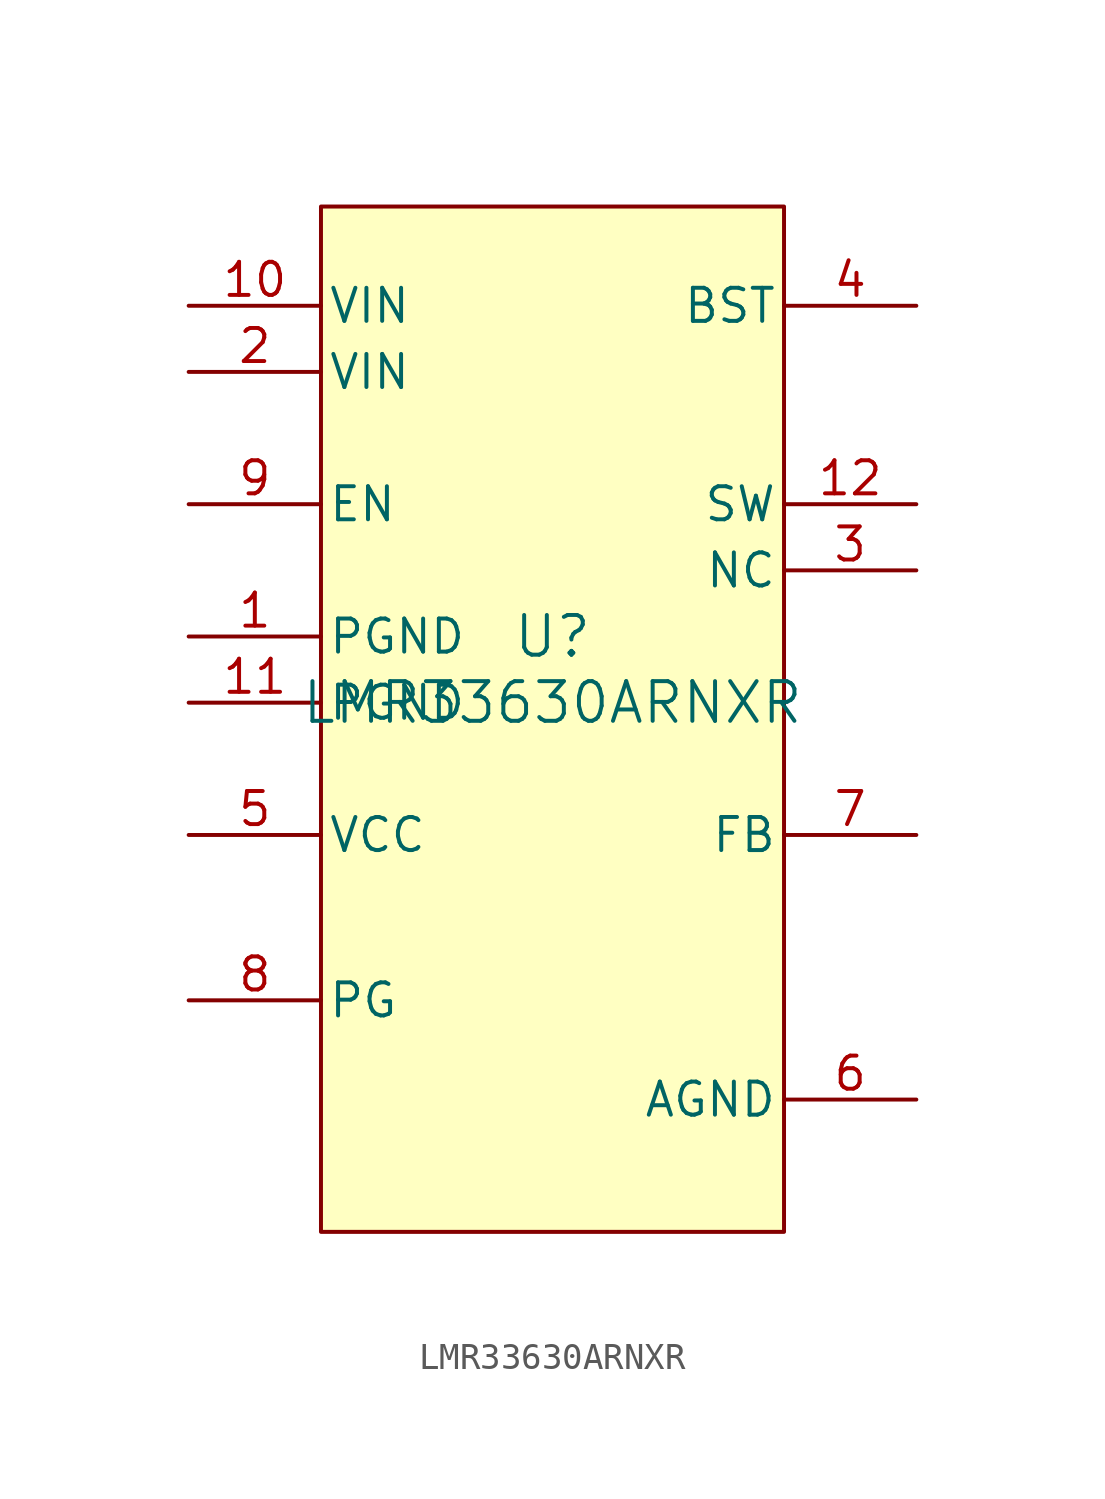
<source format=kicad_sym>
(kicad_symbol_lib
  (version 20231120)
  (generator "kicad_symbol_editor")
  (generator_version "8.0")
  (symbol "LMR33630ARNXR"
    (pin_names
      (offset 0.254))
    (property "Reference" "U"
      (at 0 2.54 0)
      (effects (font (size 1.524 1.524))))
    (property "Value" "LMR33630ARNXR"
      (at 0 0 0)
      (effects (font (size 1.524 1.524))))
    (property "ki_locked" ""
      (at 0 0 0)
      (effects (font (size 1.27 1.27))))
    (symbol "LMR33630ARNXR_0_1"
      (pin power_in line (at -13.97 2.54 0) (length 5.08) (name "PGND" (effects (font (size 1.27 1.27)))) (number "1" (effects (font (size 1.27 1.27)))))
      (pin power_in line (at -13.97 15.24 0) (length 5.08) (name "VIN" (effects (font (size 1.27 1.27)))) (number "10" (effects (font (size 1.27 1.27)))))
      (pin power_in line (at -13.97 0 0) (length 5.08) (name "PGND" (effects (font (size 1.27 1.27)))) (number "11" (effects (font (size 1.27 1.27)))))
      (pin power_in line (at 13.97 7.62 180) (length 5.08) (name "SW" (effects (font (size 1.27 1.27)))) (number "12" (effects (font (size 1.27 1.27)))))
      (pin power_in line (at -13.97 12.7 0) (length 5.08) (name "VIN" (effects (font (size 1.27 1.27)))) (number "2" (effects (font (size 1.27 1.27)))))
      (pin unspecified line (at 13.97 5.08 180) (length 5.08) (name "NC" (effects (font (size 1.27 1.27)))) (number "3" (effects (font (size 1.27 1.27)))))
      (pin unspecified line (at 13.97 15.24 180) (length 5.08) (name "BST" (effects (font (size 1.27 1.27)))) (number "4" (effects (font (size 1.27 1.27)))))
      (pin power_in line (at -13.97 -5.08 0) (length 5.08) (name "VCC" (effects (font (size 1.27 1.27)))) (number "5" (effects (font (size 1.27 1.27)))))
      (pin power_in line (at 13.97 -15.24 180) (length 5.08) (name "AGND" (effects (font (size 1.27 1.27)))) (number "6" (effects (font (size 1.27 1.27)))))
      (pin input line (at 13.97 -5.08 180) (length 5.08) (name "FB" (effects (font (size 1.27 1.27)))) (number "7" (effects (font (size 1.27 1.27)))))
      (pin open_collector line (at -13.97 -11.43 0) (length 5.08) (name "PG" (effects (font (size 1.27 1.27)))) (number "8" (effects (font (size 1.27 1.27)))))
      (pin input line (at -13.97 7.62 0) (length 5.08) (name "EN" (effects (font (size 1.27 1.27)))) (number "9" (effects (font (size 1.27 1.27))))))
    (symbol "LMR33630ARNXR_1_1"
      (rectangle (start -8.89 19.05) (end 8.89 -20.32) (stroke (width 0) (type default)) (fill (type background))))))
</source>
